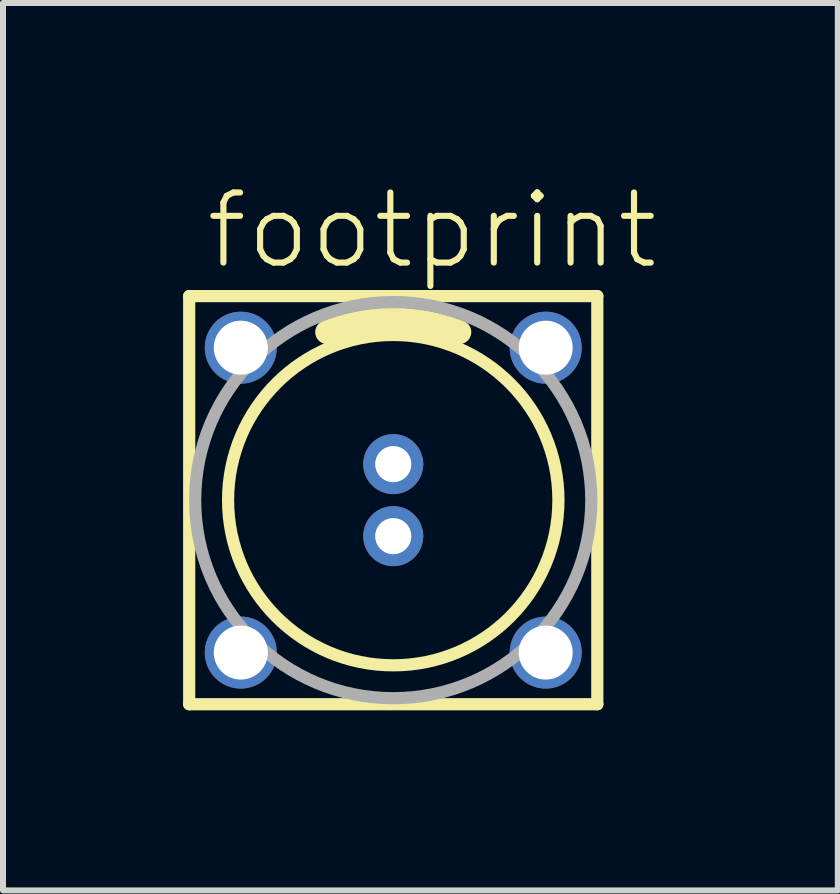
<source format=kicad_pcb>
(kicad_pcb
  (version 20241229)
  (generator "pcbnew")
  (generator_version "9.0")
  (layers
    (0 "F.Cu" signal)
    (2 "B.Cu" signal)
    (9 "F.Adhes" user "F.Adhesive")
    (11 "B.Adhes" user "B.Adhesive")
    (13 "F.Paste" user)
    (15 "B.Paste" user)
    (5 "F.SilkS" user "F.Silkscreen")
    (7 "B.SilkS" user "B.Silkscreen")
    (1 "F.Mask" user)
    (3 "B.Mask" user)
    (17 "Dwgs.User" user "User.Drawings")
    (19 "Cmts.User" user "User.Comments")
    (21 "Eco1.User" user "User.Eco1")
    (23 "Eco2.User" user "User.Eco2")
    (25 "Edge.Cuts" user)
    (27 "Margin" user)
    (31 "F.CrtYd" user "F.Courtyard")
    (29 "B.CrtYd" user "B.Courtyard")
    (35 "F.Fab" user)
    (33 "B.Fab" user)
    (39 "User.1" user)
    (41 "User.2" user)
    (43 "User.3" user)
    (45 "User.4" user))
  (footprint "footprint"
    (layer "F.Cu")
    (at 3.502 5.283)
    (property "Reference" "footprint" (at -3.175 -3.81 0) (layer "F.SilkS") (effects (font (size 1.168 1.168) (thickness 0.102)) (justify left bottom)))
    (fp_line (start -3.4 -3.4) (end 3.4 -3.4) (stroke (width 0.203) (type solid)) (layer "F.SilkS"))
    (fp_line (start -3.4 3.4) (end -3.4 -3.4) (stroke (width 0.203) (type solid)) (layer "F.SilkS"))
    (fp_line (start 3.4 -3.4) (end 3.4 3.4) (stroke (width 0.203) (type solid)) (layer "F.SilkS"))
    (fp_line (start 3.4 3.4) (end -3.4 3.4) (stroke (width 0.203) (type solid)) (layer "F.SilkS"))
    (fp_arc (start -1.1 -2.8) (mid 0 -3.008322) (end 1.1 -2.8) (stroke (width 0.4) (type solid)) (layer "F.SilkS"))
    (fp_circle (center 0 0) (end 2.752 0) (stroke (width 0.203) (type solid)) (fill no) (layer "F.SilkS"))
    (fp_circle (center 0 -0.6) (end 0.198 -0.6) (stroke (width 0.203) (type solid)) (fill no) (layer "F.Fab"))
    (fp_circle (center 0 0) (end 3.3 0) (stroke (width 0.203) (type solid)) (fill no) (layer "F.Fab"))
    (fp_circle (center 0 0.6) (end 0.198 0.6) (stroke (width 0.203) (type solid)) (fill no) (layer "F.Fab"))
    (pad "1" thru_hole circle (at 0 -0.6) (size 1 1) (drill 0.6) (layers "*.Cu" "*.Mask"))
    (pad "2" thru_hole circle (at 0 0.6) (size 1 1) (drill 0.6) (layers "*.Cu" "*.Mask"))
    (pad "M1" thru_hole circle (at -2.54 -2.54) (size 1.2 1.2) (drill 0.9) (layers "*.Cu" "*.Mask"))
    (pad "M2" thru_hole circle (at 2.54 -2.54) (size 1.2 1.2) (drill 0.9) (layers "*.Cu" "*.Mask"))
    (pad "M3" thru_hole circle (at 2.54 2.54) (size 1.2 1.2) (drill 0.9) (layers "*.Cu" "*.Mask"))
    (pad "M4" thru_hole circle (at -2.54 2.54) (size 1.2 1.2) (drill 0.9) (layers "*.Cu" "*.Mask")))
  (gr_rect
    (start -3 -3)
    (end 10.909 11.785)
    (stroke (width 0.1) (type default))
    (fill no)
    (layer "Edge.Cuts")))
</source>
